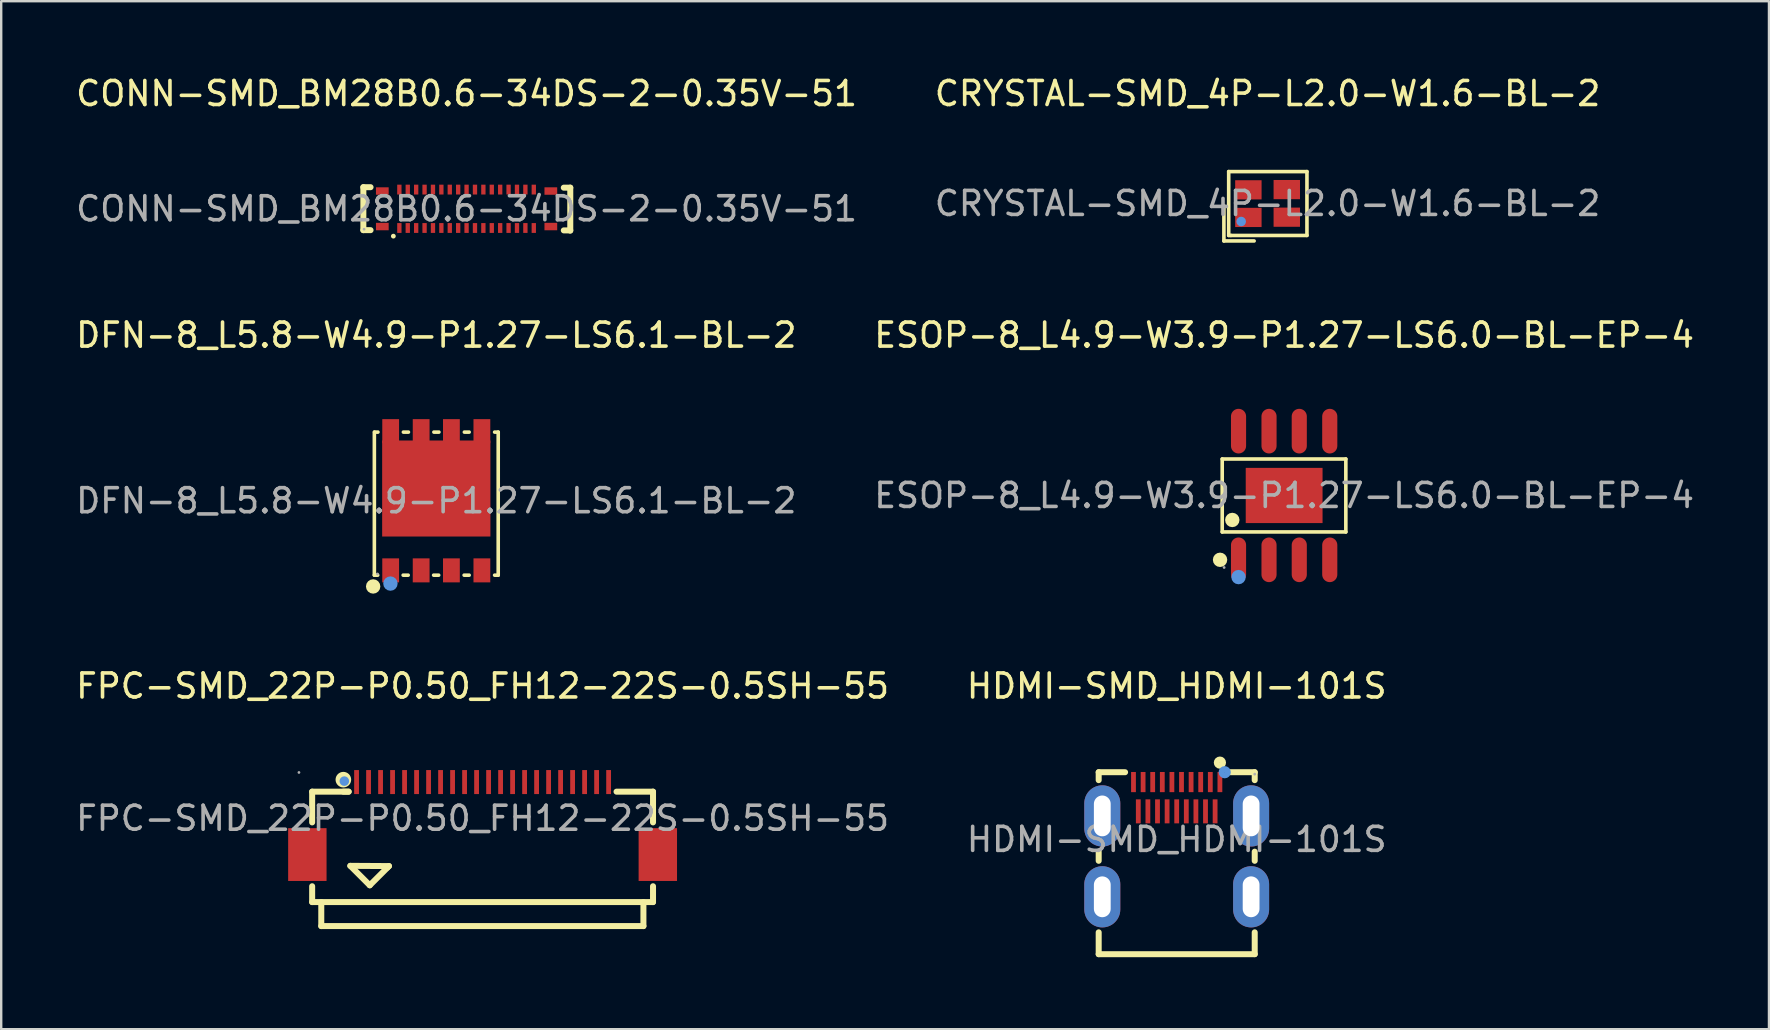
<source format=kicad_pcb>
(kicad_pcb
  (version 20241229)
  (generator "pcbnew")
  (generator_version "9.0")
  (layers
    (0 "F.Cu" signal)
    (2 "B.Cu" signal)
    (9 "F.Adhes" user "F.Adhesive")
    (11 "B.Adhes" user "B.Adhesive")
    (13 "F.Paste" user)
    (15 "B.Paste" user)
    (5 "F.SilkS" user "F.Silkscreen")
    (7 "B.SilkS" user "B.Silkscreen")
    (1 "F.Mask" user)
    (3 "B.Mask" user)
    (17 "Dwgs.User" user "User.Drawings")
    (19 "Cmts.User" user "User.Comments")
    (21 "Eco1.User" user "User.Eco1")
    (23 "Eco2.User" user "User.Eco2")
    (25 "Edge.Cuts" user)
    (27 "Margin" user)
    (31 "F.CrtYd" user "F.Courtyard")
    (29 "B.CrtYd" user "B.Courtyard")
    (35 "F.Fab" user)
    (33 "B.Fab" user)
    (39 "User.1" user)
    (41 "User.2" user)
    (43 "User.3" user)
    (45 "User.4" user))
  (footprint "HDMI-SMD_HDMI-101S"
    (layer "F.Cu")
    (at 45.97 31.92)
    (property "Reference" "HDMI-SMD_HDMI-101S" (at 0 -6.39 0) (layer "F.SilkS") (effects (font (size 1 1) (thickness 0.15))))
    (attr smd)
    (fp_line (start -3.25 -2.47) (end -3.25 -2.8) (stroke (width 0.25) (type solid)) (layer "F.SilkS"))
    (fp_line (start -3.25 0.89) (end -3.25 0.51) (stroke (width 0.25) (type solid)) (layer "F.SilkS"))
    (fp_line (start -3.25 4.78) (end -3.25 3.87) (stroke (width 0.25) (type solid)) (layer "F.SilkS"))
    (fp_line (start -2.15 -2.8) (end -3.25 -2.8) (stroke (width 0.25) (type solid)) (layer "F.SilkS"))
    (fp_line (start 3.25 -2.8) (end 2.15 -2.8) (stroke (width 0.25) (type solid)) (layer "F.SilkS"))
    (fp_line (start 3.25 -2.47) (end 3.25 -2.8) (stroke (width 0.25) (type solid)) (layer "F.SilkS"))
    (fp_line (start 3.25 0.89) (end 3.25 0.51) (stroke (width 0.25) (type solid)) (layer "F.SilkS"))
    (fp_line (start 3.25 4.78) (end -3.25 4.78) (stroke (width 0.25) (type solid)) (layer "F.SilkS"))
    (fp_line (start 3.25 4.78) (end 3.25 3.87) (stroke (width 0.25) (type solid)) (layer "F.SilkS"))
    (fp_circle (center 1.8 -3.2) (end 1.93 -3.2) (stroke (width 0.25) (type solid)) (fill no) (layer "F.SilkS"))
    (fp_circle (center 2 -2.8) (end 2.13 -2.8) (stroke (width 0.25) (type solid)) (fill no) (layer "Cmts.User"))
    (fp_circle (center 3.25 -2.72) (end 3.28 -2.72) (stroke (width 0.06) (type solid)) (fill no) (layer "F.Fab"))
    (fp_text user "${REFERENCE}" (at 0 0 0) (layer "F.Fab") (effects (font (size 1 1) (thickness 0.15))))
    (pad "1" smd rect (at 1.8 -2.39) (size 0.2 0.84) (layers "F.Cu" "F.Mask" "F.Paste"))
    (pad "2" smd rect (at 1.6 -1.17) (size 0.2 1) (layers "F.Cu" "F.Mask" "F.Paste"))
    (pad "3" smd rect (at 1.4 -2.39) (size 0.2 0.84) (layers "F.Cu" "F.Mask" "F.Paste"))
    (pad "4" smd rect (at 1.2 -1.17) (size 0.2 1) (layers "F.Cu" "F.Mask" "F.Paste"))
    (pad "5" smd rect (at 1 -2.39) (size 0.2 0.84) (layers "F.Cu" "F.Mask" "F.Paste"))
    (pad "6" smd rect (at 0.8 -1.17) (size 0.2 1) (layers "F.Cu" "F.Mask" "F.Paste"))
    (pad "7" smd rect (at 0.6 -2.39) (size 0.2 0.84) (layers "F.Cu" "F.Mask" "F.Paste"))
    (pad "8" smd rect (at 0.4 -1.17) (size 0.2 1) (layers "F.Cu" "F.Mask" "F.Paste"))
    (pad "9" smd rect (at 0.2 -2.39) (size 0.2 0.84) (layers "F.Cu" "F.Mask" "F.Paste"))
    (pad "10" smd rect (at 0 -1.17) (size 0.2 1) (layers "F.Cu" "F.Mask" "F.Paste"))
    (pad "11" smd rect (at -0.2 -2.39) (size 0.2 0.84) (layers "F.Cu" "F.Mask" "F.Paste"))
    (pad "12" smd rect (at -0.4 -1.17) (size 0.2 1) (layers "F.Cu" "F.Mask" "F.Paste"))
    (pad "13" smd rect (at -0.6 -2.39) (size 0.2 0.84) (layers "F.Cu" "F.Mask" "F.Paste"))
    (pad "14" smd rect (at -0.8 -1.17) (size 0.2 1) (layers "F.Cu" "F.Mask" "F.Paste"))
    (pad "15" smd rect (at -1 -2.39) (size 0.2 0.84) (layers "F.Cu" "F.Mask" "F.Paste"))
    (pad "16" smd rect (at -1.2 -1.17) (size 0.2 1) (layers "F.Cu" "F.Mask" "F.Paste"))
    (pad "17" smd rect (at -1.4 -2.39) (size 0.2 0.84) (layers "F.Cu" "F.Mask" "F.Paste"))
    (pad "18" smd rect (at -1.6 -1.17) (size 0.2 1) (layers "F.Cu" "F.Mask" "F.Paste"))
    (pad "19" smd rect (at -1.8 -2.39) (size 0.2 0.84) (layers "F.Cu" "F.Mask" "F.Paste"))
    (pad "20" thru_hole oval (at -3.1 -0.98) (size 1.5 2.55) (drill oval 0.7 1.7) (layers "*.Cu" "*.Mask"))
    (pad "20" thru_hole oval (at -3.1 2.39) (size 1.5 2.55) (drill oval 0.7 1.7) (layers "*.Cu" "*.Mask"))
    (pad "20" thru_hole oval (at 3.1 -0.98) (size 1.5 2.55) (drill oval 0.7 1.7) (layers "*.Cu" "*.Mask"))
    (pad "20" thru_hole oval (at 3.1 2.39) (size 1.5 2.55) (drill oval 0.7 1.7) (layers "*.Cu" "*.Mask")))
  (footprint "CONN-SMD_BM28B0.6-34DS-2-0.35V-51"
    (layer "F.Cu")
    (at 16.387 5.648)
    (property "Reference" "CONN-SMD_BM28B0.6-34DS-2-0.35V-51" (at 0 -4.8 0) (layer "F.SilkS") (effects (font (size 1 1) (thickness 0.15))))
    (attr smd)
    (fp_line (start -4.3 -0.9) (end -4.3 0.89) (stroke (width 0.25) (type solid)) (layer "F.SilkS"))
    (fp_line (start -4.3 0.89) (end -4 0.89) (stroke (width 0.25) (type solid)) (layer "F.SilkS"))
    (fp_line (start -4 -0.9) (end -4.3 -0.9) (stroke (width 0.25) (type solid)) (layer "F.SilkS"))
    (fp_line (start 4.05 0.9) (end 4.32 0.9) (stroke (width 0.25) (type solid)) (layer "F.SilkS"))
    (fp_line (start 4.32 -0.88) (end 4.05 -0.88) (stroke (width 0.25) (type solid)) (layer "F.SilkS"))
    (fp_line (start 4.32 -0.88) (end 4.32 0.91) (stroke (width 0.25) (type solid)) (layer "F.SilkS"))
    (fp_circle (center -3.05 1.14) (end -3 1.14) (stroke (width 0.1) (type solid)) (fill no) (layer "F.SilkS"))
    (fp_circle (center -4.27 0.85) (end -4.24 0.85) (stroke (width 0.06) (type solid)) (fill no) (layer "F.Fab"))
    (fp_text user "${REFERENCE}" (at 0 0 0) (layer "F.Fab") (effects (font (size 1 1) (thickness 0.15))))
    (pad "1" smd rect (at -2.8 0.8) (size 0.18 0.41) (layers "F.Cu" "F.Mask" "F.Paste"))
    (pad "2" smd rect (at -2.8 -0.8) (size 0.18 0.41) (layers "F.Cu" "F.Mask" "F.Paste"))
    (pad "3" smd rect (at -2.45 0.8) (size 0.18 0.41) (layers "F.Cu" "F.Mask" "F.Paste"))
    (pad "4" smd rect (at -2.45 -0.8) (size 0.18 0.41) (layers "F.Cu" "F.Mask" "F.Paste"))
    (pad "5" smd rect (at -2.1 0.8) (size 0.18 0.41) (layers "F.Cu" "F.Mask" "F.Paste"))
    (pad "6" smd rect (at -2.1 -0.8) (size 0.18 0.41) (layers "F.Cu" "F.Mask" "F.Paste"))
    (pad "7" smd rect (at -1.75 0.8) (size 0.18 0.41) (layers "F.Cu" "F.Mask" "F.Paste"))
    (pad "8" smd rect (at -1.75 -0.8) (size 0.18 0.41) (layers "F.Cu" "F.Mask" "F.Paste"))
    (pad "9" smd rect (at -1.4 0.8) (size 0.18 0.41) (layers "F.Cu" "F.Mask" "F.Paste"))
    (pad "10" smd rect (at -1.4 -0.8) (size 0.18 0.41) (layers "F.Cu" "F.Mask" "F.Paste"))
    (pad "11" smd rect (at -1.05 0.8) (size 0.18 0.41) (layers "F.Cu" "F.Mask" "F.Paste"))
    (pad "12" smd rect (at -1.05 -0.8) (size 0.18 0.41) (layers "F.Cu" "F.Mask" "F.Paste"))
    (pad "13" smd rect (at -0.7 0.8) (size 0.18 0.41) (layers "F.Cu" "F.Mask" "F.Paste"))
    (pad "14" smd rect (at -0.7 -0.8) (size 0.18 0.41) (layers "F.Cu" "F.Mask" "F.Paste"))
    (pad "15" smd rect (at -0.35 0.8) (size 0.18 0.41) (layers "F.Cu" "F.Mask" "F.Paste"))
    (pad "16" smd rect (at -0.35 -0.8) (size 0.18 0.41) (layers "F.Cu" "F.Mask" "F.Paste"))
    (pad "17" smd rect (at 0 0.8) (size 0.18 0.41) (layers "F.Cu" "F.Mask" "F.Paste"))
    (pad "18" smd rect (at 0 -0.8) (size 0.18 0.41) (layers "F.Cu" "F.Mask" "F.Paste"))
    (pad "19" smd rect (at 0.35 0.8) (size 0.18 0.41) (layers "F.Cu" "F.Mask" "F.Paste"))
    (pad "20" smd rect (at 0.35 -0.8) (size 0.18 0.41) (layers "F.Cu" "F.Mask" "F.Paste"))
    (pad "21" smd rect (at 0.7 0.8) (size 0.18 0.41) (layers "F.Cu" "F.Mask" "F.Paste"))
    (pad "22" smd rect (at 0.7 -0.8) (size 0.18 0.41) (layers "F.Cu" "F.Mask" "F.Paste"))
    (pad "23" smd rect (at 1.05 0.8) (size 0.18 0.41) (layers "F.Cu" "F.Mask" "F.Paste"))
    (pad "24" smd rect (at 1.05 -0.8) (size 0.18 0.41) (layers "F.Cu" "F.Mask" "F.Paste"))
    (pad "25" smd rect (at 1.4 0.8 180) (size 0.18 0.41) (layers "F.Cu" "F.Mask" "F.Paste"))
    (pad "26" smd rect (at 1.4 -0.8) (size 0.18 0.41) (layers "F.Cu" "F.Mask" "F.Paste"))
    (pad "27" smd rect (at 1.75 0.8 180) (size 0.18 0.41) (layers "F.Cu" "F.Mask" "F.Paste"))
    (pad "28" smd rect (at 1.75 -0.8) (size 0.18 0.41) (layers "F.Cu" "F.Mask" "F.Paste"))
    (pad "29" smd rect (at 2.1 0.8 180) (size 0.18 0.41) (layers "F.Cu" "F.Mask" "F.Paste"))
    (pad "30" smd rect (at 2.1 -0.8) (size 0.18 0.41) (layers "F.Cu" "F.Mask" "F.Paste"))
    (pad "31" smd rect (at 2.45 0.8 180) (size 0.18 0.41) (layers "F.Cu" "F.Mask" "F.Paste"))
    (pad "32" smd rect (at 2.45 -0.8) (size 0.18 0.41) (layers "F.Cu" "F.Mask" "F.Paste"))
    (pad "33" smd rect (at 2.8 0.8 180) (size 0.18 0.41) (layers "F.Cu" "F.Mask" "F.Paste"))
    (pad "34" smd rect (at 2.8 -0.8) (size 0.18 0.41) (layers "F.Cu" "F.Mask" "F.Paste"))
    (pad "35" smd rect (at -3.51 0.74) (size 0.53 0.31) (layers "F.Cu" "F.Mask" "F.Paste"))
    (pad "36" smd rect (at -3.51 -0.74) (size 0.53 0.31) (layers "F.Cu" "F.Mask" "F.Paste"))
    (pad "37" smd rect (at 3.51 -0.74) (size 0.53 0.31) (layers "F.Cu" "F.Mask" "F.Paste"))
    (pad "38" smd rect (at 3.51 0.74) (size 0.53 0.31) (layers "F.Cu" "F.Mask" "F.Paste")))
  (footprint "CRYSTAL-SMD_4P-L2.0-W1.6-BL-2"
    (layer "F.Cu")
    (at 49.756 5.428)
    (property "Reference" "CRYSTAL-SMD_4P-L2.0-W1.6-BL-2" (at 0 -4.58 0) (layer "F.SilkS") (effects (font (size 1 1) (thickness 0.15))))
    (attr smd)
    (fp_line (start -1.82 0.1) (end -1.82 1.56) (stroke (width 0.15) (type solid)) (layer "F.SilkS"))
    (fp_line (start -1.82 1.56) (end -0.56 1.56) (stroke (width 0.15) (type solid)) (layer "F.SilkS"))
    (fp_line (start -1.62 -1.33) (end 1.64 -1.33) (stroke (width 0.15) (type solid)) (layer "F.SilkS"))
    (fp_line (start -1.62 1.33) (end -1.62 -1.33) (stroke (width 0.15) (type solid)) (layer "F.SilkS"))
    (fp_line (start -1.53 1.33) (end -1.62 1.33) (stroke (width 0.15) (type solid)) (layer "F.SilkS"))
    (fp_line (start 1.64 -1.33) (end 1.64 1.33) (stroke (width 0.15) (type solid)) (layer "F.SilkS"))
    (fp_line (start 1.64 1.33) (end -1.53 1.33) (stroke (width 0.15) (type solid)) (layer "F.SilkS"))
    (fp_circle (center -1.1 0.75) (end -1 0.75) (stroke (width 0.2) (type solid)) (fill no) (layer "Cmts.User"))
    (fp_circle (center -1 0.8) (end -0.97 0.8) (stroke (width 0.06) (type solid)) (fill no) (layer "F.Fab"))
    (fp_text user "${REFERENCE}" (at 0 0 0) (layer "F.Fab") (effects (font (size 1 1) (thickness 0.15))))
    (pad "1" smd rect (at -0.8 0.58) (size 1.1 0.8) (layers "F.Cu" "F.Mask" "F.Paste"))
    (pad "2" smd rect (at 0.8 0.57) (size 1.1 0.8) (layers "F.Cu" "F.Mask" "F.Paste"))
    (pad "3" smd rect (at 0.8 -0.58) (size 1.1 0.8) (layers "F.Cu" "F.Mask" "F.Paste"))
    (pad "4" smd rect (at -0.8 -0.57) (size 1.1 0.8) (layers "F.Cu" "F.Mask" "F.Paste")))
  (footprint "ESOP-8_L4.9-W3.9-P1.27-LS6.0-BL-EP-4"
    (layer "F.Cu")
    (at 50.446 17.591)
    (property "Reference" "ESOP-8_L4.9-W3.9-P1.27-LS6.0-BL-EP-4" (at 0 -6.68 0) (layer "F.SilkS") (effects (font (size 1 1) (thickness 0.15))))
    (attr smd)
    (fp_line (start -2.58 -1.52) (end 2.57 -1.52) (stroke (width 0.15) (type solid)) (layer "F.SilkS"))
    (fp_line (start -2.58 1.52) (end -2.58 -1.52) (stroke (width 0.15) (type solid)) (layer "F.SilkS"))
    (fp_line (start 2.57 -1.52) (end 2.57 1.52) (stroke (width 0.15) (type solid)) (layer "F.SilkS"))
    (fp_line (start 2.57 1.52) (end -2.58 1.52) (stroke (width 0.15) (type solid)) (layer "F.SilkS"))
    (fp_circle (center -2.67 2.68) (end -2.52 2.68) (stroke (width 0.3) (type solid)) (fill no) (layer "F.SilkS"))
    (fp_circle (center -2.16 1.02) (end -2.01 1.02) (stroke (width 0.3) (type solid)) (fill no) (layer "F.SilkS"))
    (fp_circle (center -1.9 3.4) (end -1.75 3.4) (stroke (width 0.3) (type solid)) (fill no) (layer "Cmts.User"))
    (fp_circle (center -2.5 3) (end -2.47 3) (stroke (width 0.06) (type solid)) (fill no) (layer "F.Fab"))
    (fp_text user "${REFERENCE}" (at 0 0 0) (layer "F.Fab") (effects (font (size 1 1) (thickness 0.15))))
    (pad "1" smd oval (at -1.9 2.68) (size 0.63 1.86) (layers "F.Cu" "F.Mask" "F.Paste"))
    (pad "2" smd oval (at -0.63 2.68) (size 0.63 1.86) (layers "F.Cu" "F.Mask" "F.Paste"))
    (pad "3" smd oval (at 0.63 2.68) (size 0.63 1.86) (layers "F.Cu" "F.Mask" "F.Paste"))
    (pad "4" smd oval (at 1.9 2.68) (size 0.63 1.86) (layers "F.Cu" "F.Mask" "F.Paste"))
    (pad "5" smd oval (at 1.9 -2.68) (size 0.63 1.86) (layers "F.Cu" "F.Mask" "F.Paste"))
    (pad "6" smd oval (at 0.63 -2.68) (size 0.63 1.86) (layers "F.Cu" "F.Mask" "F.Paste"))
    (pad "7" smd oval (at -0.63 -2.68) (size 0.63 1.86) (layers "F.Cu" "F.Mask" "F.Paste"))
    (pad "8" smd oval (at -1.9 -2.68) (size 0.63 1.86) (layers "F.Cu" "F.Mask" "F.Paste"))
    (pad "9" smd rect (at 0 0) (size 3.2 2.3) (layers "F.Cu" "F.Mask" "F.Paste")))
  (footprint "FPC-SMD_22P-P0.50_FH12-22S-0.5SH-55"
    (layer "F.Cu")
    (at 17.054 31.04)
    (property "Reference" "FPC-SMD_22P-P0.50_FH12-22S-0.5SH-55" (at 0 -5.51 0) (layer "F.SilkS") (effects (font (size 1 1) (thickness 0.15))))
    (attr smd)
    (fp_line (start -7.1 -1.11) (end -7.1 0.17) (stroke (width 0.25) (type solid)) (layer "F.SilkS"))
    (fp_line (start -7.1 2.83) (end -7.1 3.49) (stroke (width 0.25) (type solid)) (layer "F.SilkS"))
    (fp_line (start -7.1 3.49) (end 7.1 3.49) (stroke (width 0.25) (type solid)) (layer "F.SilkS"))
    (fp_line (start -6.72 3.49) (end -6.72 4.49) (stroke (width 0.25) (type solid)) (layer "F.SilkS"))
    (fp_line (start -6.72 4.49) (end 6.7 4.49) (stroke (width 0.25) (type solid)) (layer "F.SilkS"))
    (fp_line (start -5.58 -1.11) (end -7.1 -1.11) (stroke (width 0.25) (type solid)) (layer "F.SilkS"))
    (fp_line (start -5.58 -1.11) (end -5.8 -1.11) (stroke (width 0.25) (type solid)) (layer "F.SilkS"))
    (fp_line (start -5.51 1.98) (end -4.7 2.79) (stroke (width 0.25) (type solid)) (layer "F.SilkS"))
    (fp_line (start -5.51 1.98) (end -3.9 1.99) (stroke (width 0.25) (type solid)) (layer "F.SilkS"))
    (fp_line (start -4.7 2.79) (end -3.96 2.05) (stroke (width 0.25) (type solid)) (layer "F.SilkS"))
    (fp_line (start -3.96 2.05) (end -3.9 1.99) (stroke (width 0.25) (type solid)) (layer "F.SilkS"))
    (fp_line (start 6.7 4.49) (end 6.7 3.49) (stroke (width 0.25) (type solid)) (layer "F.SilkS"))
    (fp_line (start 7.1 -1.11) (end 5.58 -1.11) (stroke (width 0.25) (type solid)) (layer "F.SilkS"))
    (fp_line (start 7.1 0.17) (end 7.1 -1.11) (stroke (width 0.25) (type solid)) (layer "F.SilkS"))
    (fp_line (start 7.1 3.49) (end 7.1 2.83) (stroke (width 0.25) (type solid)) (layer "F.SilkS"))
    (fp_circle (center -5.8 -1.61) (end -5.6 -1.61) (stroke (width 0.25) (type solid)) (fill no) (layer "F.SilkS"))
    (fp_circle (center -5.76 -1.55) (end -5.66 -1.55) (stroke (width 0.2) (type solid)) (fill no) (layer "Cmts.User"))
    (fp_circle (center -7.65 -1.91) (end -7.62 -1.91) (stroke (width 0.06) (type solid)) (fill no) (layer "F.Fab"))
    (fp_text user "${REFERENCE}" (at 0 0 0) (layer "F.Fab") (effects (font (size 1 1) (thickness 0.15))))
    (pad "1" smd rect (at -5.25 -1.51) (size 0.2 1) (layers "F.Cu" "F.Mask" "F.Paste"))
    (pad "2" smd rect (at -4.75 -1.51) (size 0.2 1) (layers "F.Cu" "F.Mask" "F.Paste"))
    (pad "3" smd rect (at -4.25 -1.51) (size 0.2 1) (layers "F.Cu" "F.Mask" "F.Paste"))
    (pad "4" smd rect (at -3.75 -1.51) (size 0.2 1) (layers "F.Cu" "F.Mask" "F.Paste"))
    (pad "5" smd rect (at -3.25 -1.51) (size 0.2 1) (layers "F.Cu" "F.Mask" "F.Paste"))
    (pad "6" smd rect (at -2.75 -1.51) (size 0.2 1) (layers "F.Cu" "F.Mask" "F.Paste"))
    (pad "7" smd rect (at -2.25 -1.51) (size 0.2 1) (layers "F.Cu" "F.Mask" "F.Paste"))
    (pad "8" smd rect (at -1.75 -1.51) (size 0.2 1) (layers "F.Cu" "F.Mask" "F.Paste"))
    (pad "9" smd rect (at -1.25 -1.51) (size 0.2 1) (layers "F.Cu" "F.Mask" "F.Paste"))
    (pad "10" smd rect (at -0.75 -1.51) (size 0.2 1) (layers "F.Cu" "F.Mask" "F.Paste"))
    (pad "11" smd rect (at -0.25 -1.51) (size 0.2 1) (layers "F.Cu" "F.Mask" "F.Paste"))
    (pad "12" smd rect (at 0.25 -1.51) (size 0.2 1) (layers "F.Cu" "F.Mask" "F.Paste"))
    (pad "13" smd rect (at 0.75 -1.51) (size 0.2 1) (layers "F.Cu" "F.Mask" "F.Paste"))
    (pad "14" smd rect (at 1.25 -1.51) (size 0.2 1) (layers "F.Cu" "F.Mask" "F.Paste"))
    (pad "15" smd rect (at 1.75 -1.51) (size 0.2 1) (layers "F.Cu" "F.Mask" "F.Paste"))
    (pad "16" smd rect (at 2.25 -1.51) (size 0.2 1) (layers "F.Cu" "F.Mask" "F.Paste"))
    (pad "17" smd rect (at 2.75 -1.51) (size 0.2 1) (layers "F.Cu" "F.Mask" "F.Paste"))
    (pad "18" smd rect (at 3.25 -1.51) (size 0.2 1) (layers "F.Cu" "F.Mask" "F.Paste"))
    (pad "19" smd rect (at 3.75 -1.51) (size 0.2 1) (layers "F.Cu" "F.Mask" "F.Paste"))
    (pad "20" smd rect (at 4.25 -1.51) (size 0.2 1) (layers "F.Cu" "F.Mask" "F.Paste"))
    (pad "21" smd rect (at 4.75 -1.51) (size 0.2 1) (layers "F.Cu" "F.Mask" "F.Paste"))
    (pad "22" smd rect (at 5.25 -1.51) (size 0.2 1) (layers "F.Cu" "F.Mask" "F.Paste"))
    (pad "23" smd rect (at 7.3 1.51) (size 1.6 2.2) (layers "F.Cu" "F.Mask" "F.Paste"))
    (pad "24" smd rect (at -7.3 1.51) (size 1.6 2.2) (layers "F.Cu" "F.Mask" "F.Paste")))
  (footprint "DFN-8_L5.8-W4.9-P1.27-LS6.1-BL-2"
    (layer "F.Cu")
    (at 15.125 17.811)
    (property "Reference" "DFN-8_L5.8-W4.9-P1.27-LS6.1-BL-2" (at 0 -6.9 0) (layer "F.SilkS") (effects (font (size 1 1) (thickness 0.15))))
    (attr smd)
    (fp_line (start -2.58 -2.86) (end -2.58 3.1) (stroke (width 0.15) (type solid)) (layer "F.SilkS"))
    (fp_line (start -2.58 3.1) (end -2.44 3.1) (stroke (width 0.15) (type solid)) (layer "F.SilkS"))
    (fp_line (start -2.43 -2.86) (end -2.57 -2.86) (stroke (width 0.15) (type solid)) (layer "F.SilkS"))
    (fp_line (start -1.38 3.1) (end -1.17 3.1) (stroke (width 0.15) (type solid)) (layer "F.SilkS"))
    (fp_line (start -1.16 -2.86) (end -1.37 -2.86) (stroke (width 0.15) (type solid)) (layer "F.SilkS"))
    (fp_line (start -0.11 3.1) (end 0.1 3.1) (stroke (width 0.15) (type solid)) (layer "F.SilkS"))
    (fp_line (start 0.11 -2.86) (end -0.1 -2.86) (stroke (width 0.15) (type solid)) (layer "F.SilkS"))
    (fp_line (start 1.16 3.1) (end 1.37 3.1) (stroke (width 0.15) (type solid)) (layer "F.SilkS"))
    (fp_line (start 1.37 -2.86) (end 1.17 -2.86) (stroke (width 0.15) (type solid)) (layer "F.SilkS"))
    (fp_line (start 2.43 3.1) (end 2.58 3.1) (stroke (width 0.15) (type solid)) (layer "F.SilkS"))
    (fp_line (start 2.58 -2.86) (end 2.43 -2.86) (stroke (width 0.15) (type solid)) (layer "F.SilkS"))
    (fp_line (start 2.58 -2.83) (end 2.58 -2.86) (stroke (width 0.15) (type solid)) (layer "F.SilkS"))
    (fp_line (start 2.58 3.1) (end 2.58 -2.83) (stroke (width 0.15) (type solid)) (layer "F.SilkS"))
    (fp_circle (center -2.63 3.57) (end -2.48 3.57) (stroke (width 0.3) (type solid)) (fill no) (layer "F.SilkS"))
    (fp_circle (center -1.91 3.45) (end -1.76 3.45) (stroke (width 0.3) (type solid)) (fill no) (layer "Cmts.User"))
    (fp_circle (center -2.45 3.05) (end -2.42 3.05) (stroke (width 0.06) (type solid)) (fill no) (layer "F.Fab"))
    (fp_text user "${REFERENCE}" (at 0 0 0) (layer "F.Fab") (effects (font (size 1 1) (thickness 0.15))))
    (pad "1" smd rect (at -1.9 2.9) (size 0.7 1) (layers "F.Cu" "F.Mask" "F.Paste"))
    (pad "2" smd rect (at -0.63 2.9) (size 0.7 1) (layers "F.Cu" "F.Mask" "F.Paste"))
    (pad "3" smd rect (at 0.63 2.9) (size 0.7 1) (layers "F.Cu" "F.Mask" "F.Paste"))
    (pad "4" smd rect (at 1.9 2.9) (size 0.7 1) (layers "F.Cu" "F.Mask" "F.Paste"))
    (pad "5" smd rect (at 1.9 -2.9) (size 0.7 1) (layers "F.Cu" "F.Mask" "F.Paste"))
    (pad "6" smd rect (at 0.63 -2.9) (size 0.7 1) (layers "F.Cu" "F.Mask" "F.Paste"))
    (pad "7" smd rect (at -0.63 -2.9) (size 0.7 1) (layers "F.Cu" "F.Mask" "F.Paste"))
    (pad "8" smd rect (at -1.9 -2.9) (size 0.7 1) (layers "F.Cu" "F.Mask" "F.Paste"))
    (pad "8" smd rect (at 0 -0.51) (size 4.51 4) (layers "F.Cu" "F.Mask" "F.Paste")))
  (gr_rect
    (start -3 -3)
    (end 70.643 39.825)
    (stroke (width 0.1) (type default))
    (fill no)
    (layer "Edge.Cuts")))
</source>
